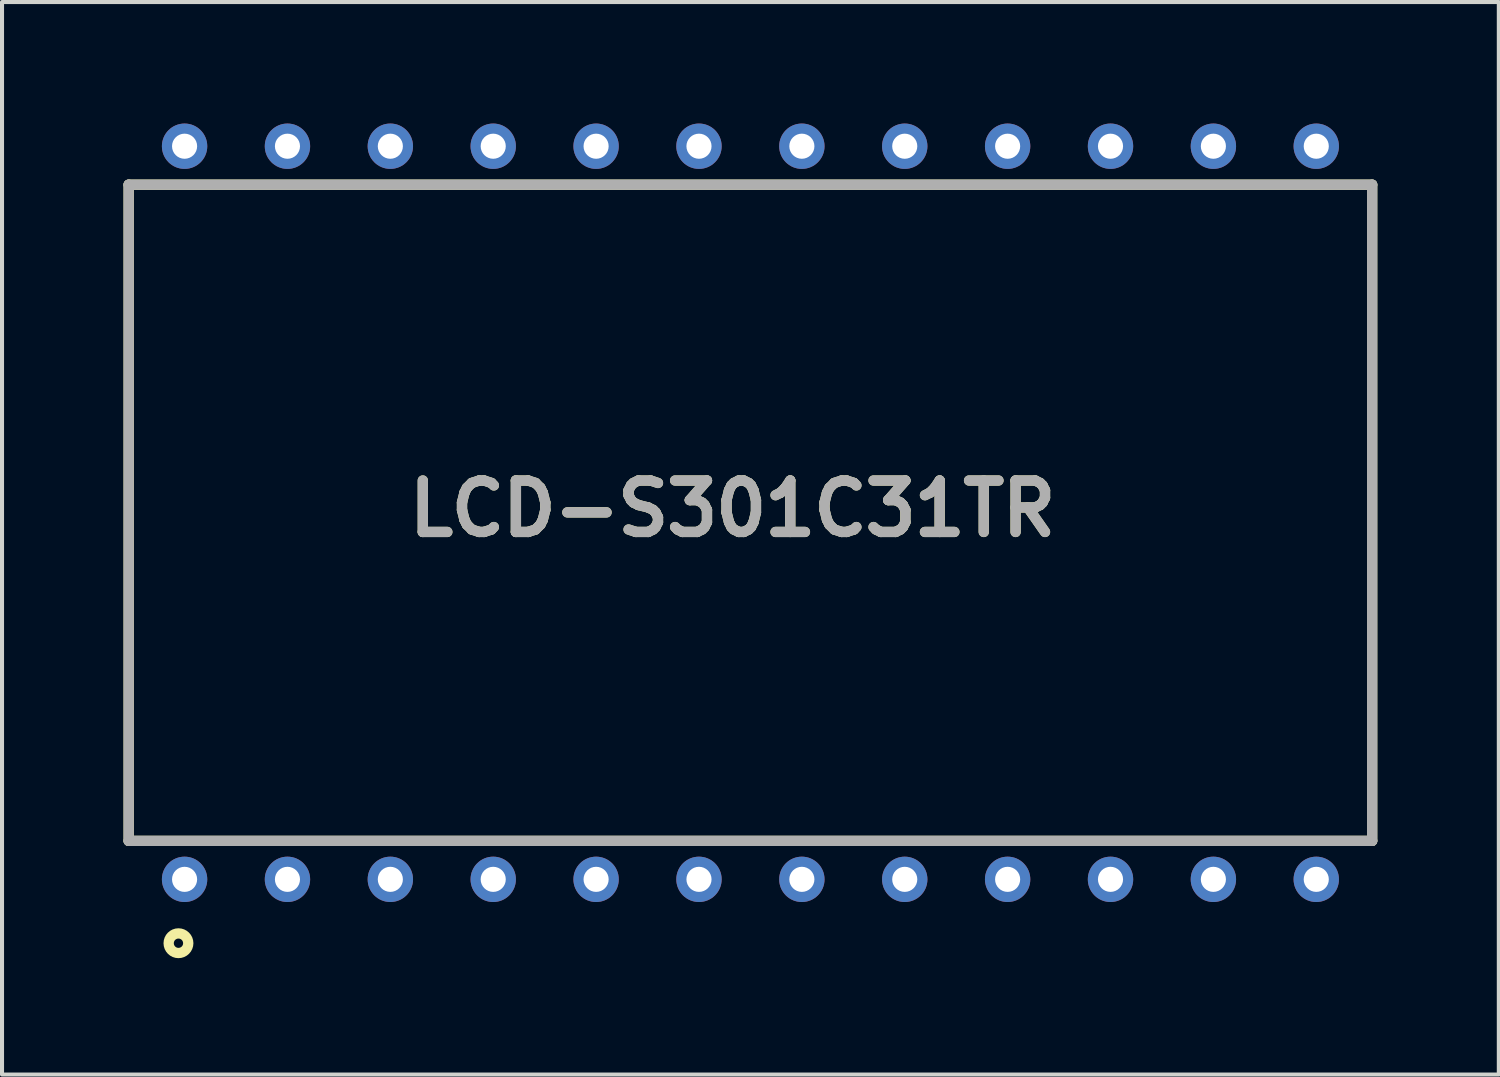
<source format=kicad_pcb>
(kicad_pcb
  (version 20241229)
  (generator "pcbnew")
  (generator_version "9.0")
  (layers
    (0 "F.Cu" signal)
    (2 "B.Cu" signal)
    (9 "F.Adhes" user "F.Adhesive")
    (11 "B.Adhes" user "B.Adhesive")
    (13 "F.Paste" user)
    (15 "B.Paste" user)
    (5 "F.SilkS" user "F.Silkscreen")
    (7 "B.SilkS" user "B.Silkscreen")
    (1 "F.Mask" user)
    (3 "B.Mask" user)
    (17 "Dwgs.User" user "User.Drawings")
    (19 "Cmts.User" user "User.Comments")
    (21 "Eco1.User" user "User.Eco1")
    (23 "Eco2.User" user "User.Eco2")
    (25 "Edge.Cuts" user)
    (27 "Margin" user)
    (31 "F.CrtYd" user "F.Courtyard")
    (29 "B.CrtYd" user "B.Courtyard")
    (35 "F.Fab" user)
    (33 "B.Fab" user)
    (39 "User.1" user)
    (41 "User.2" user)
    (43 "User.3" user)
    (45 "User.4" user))
  (footprint "LCD-S301C31TR"
    (layer "F.Cu")
    (at 15.477 9.61)
    (property "Reference" "LCD-S301C31TR" (at -0.438 -0.101 0) (layer "F.SilkS") (effects (font (size 1.27 1.27) (thickness 0.254))))
    (attr through_hole)
    (fp_line (start -15.35 -8.1) (end 15.35 -8.1) (stroke (width 0.254) (type solid)) (layer "F.SilkS"))
    (fp_line (start -15.35 8.1) (end -15.35 -8.1) (stroke (width 0.254) (type solid)) (layer "F.SilkS"))
    (fp_line (start 15.35 -8.1) (end 15.35 8.1) (stroke (width 0.254) (type solid)) (layer "F.SilkS"))
    (fp_line (start 15.35 8.1) (end -15.35 8.1) (stroke (width 0.254) (type solid)) (layer "F.SilkS"))
    (fp_circle (center -14.121 10.627) (end -14.121 10.742) (stroke (width 0.254) (type solid)) (fill no) (layer "F.SilkS"))
    (fp_line (start -15.35 -8.1) (end 15.35 -8.1) (stroke (width 0.254) (type solid)) (layer "F.Fab"))
    (fp_line (start -15.35 8.1) (end -15.35 -8.1) (stroke (width 0.254) (type solid)) (layer "F.Fab"))
    (fp_line (start 15.35 -8.1) (end 15.35 8.1) (stroke (width 0.254) (type solid)) (layer "F.Fab"))
    (fp_line (start 15.35 8.1) (end -15.35 8.1) (stroke (width 0.254) (type solid)) (layer "F.Fab"))
    (fp_text user "${REFERENCE}" (at -0.438 -0.101 0) (layer "F.Fab") (effects (font (size 1.27 1.27) (thickness 0.254))))
    (pad "1" thru_hole circle (at -13.97 9.05) (size 1.12 1.12) (drill 0.62) (layers "*.Cu" "*.Mask"))
    (pad "2" thru_hole circle (at -11.43 9.05) (size 1.12 1.12) (drill 0.62) (layers "*.Cu" "*.Mask"))
    (pad "3" thru_hole circle (at -8.89 9.05) (size 1.12 1.12) (drill 0.62) (layers "*.Cu" "*.Mask"))
    (pad "4" thru_hole circle (at -6.35 9.05) (size 1.12 1.12) (drill 0.62) (layers "*.Cu" "*.Mask"))
    (pad "5" thru_hole circle (at -3.81 9.05) (size 1.12 1.12) (drill 0.62) (layers "*.Cu" "*.Mask"))
    (pad "6" thru_hole circle (at -1.27 9.05) (size 1.12 1.12) (drill 0.62) (layers "*.Cu" "*.Mask"))
    (pad "7" thru_hole circle (at 1.27 9.05) (size 1.12 1.12) (drill 0.62) (layers "*.Cu" "*.Mask"))
    (pad "8" thru_hole circle (at 3.81 9.05) (size 1.12 1.12) (drill 0.62) (layers "*.Cu" "*.Mask"))
    (pad "9" thru_hole circle (at 6.35 9.05) (size 1.12 1.12) (drill 0.62) (layers "*.Cu" "*.Mask"))
    (pad "10" thru_hole circle (at 8.89 9.05) (size 1.12 1.12) (drill 0.62) (layers "*.Cu" "*.Mask"))
    (pad "11" thru_hole circle (at 11.43 9.05) (size 1.12 1.12) (drill 0.62) (layers "*.Cu" "*.Mask"))
    (pad "12" thru_hole circle (at 13.97 9.05) (size 1.12 1.12) (drill 0.62) (layers "*.Cu" "*.Mask"))
    (pad "13" thru_hole circle (at 13.97 -9.05) (size 1.12 1.12) (drill 0.62) (layers "*.Cu" "*.Mask"))
    (pad "14" thru_hole circle (at 11.43 -9.05) (size 1.12 1.12) (drill 0.62) (layers "*.Cu" "*.Mask"))
    (pad "15" thru_hole circle (at 8.89 -9.05) (size 1.12 1.12) (drill 0.62) (layers "*.Cu" "*.Mask"))
    (pad "16" thru_hole circle (at 6.35 -9.05) (size 1.12 1.12) (drill 0.62) (layers "*.Cu" "*.Mask"))
    (pad "17" thru_hole circle (at 3.81 -9.05) (size 1.12 1.12) (drill 0.62) (layers "*.Cu" "*.Mask"))
    (pad "18" thru_hole circle (at 1.27 -9.05) (size 1.12 1.12) (drill 0.62) (layers "*.Cu" "*.Mask"))
    (pad "19" thru_hole circle (at -1.27 -9.05) (size 1.12 1.12) (drill 0.62) (layers "*.Cu" "*.Mask"))
    (pad "20" thru_hole circle (at -3.81 -9.05) (size 1.12 1.12) (drill 0.62) (layers "*.Cu" "*.Mask"))
    (pad "21" thru_hole circle (at -6.35 -9.05) (size 1.12 1.12) (drill 0.62) (layers "*.Cu" "*.Mask"))
    (pad "22" thru_hole circle (at -8.89 -9.05) (size 1.12 1.12) (drill 0.62) (layers "*.Cu" "*.Mask"))
    (pad "23" thru_hole circle (at -11.43 -9.05) (size 1.12 1.12) (drill 0.62) (layers "*.Cu" "*.Mask"))
    (pad "24" thru_hole circle (at -13.97 -9.05) (size 1.12 1.12) (drill 0.62) (layers "*.Cu" "*.Mask")))
  (gr_rect
    (start -3 -3)
    (end 33.954 23.479)
    (stroke (width 0.1) (type default))
    (fill no)
    (layer "Edge.Cuts")))
</source>
